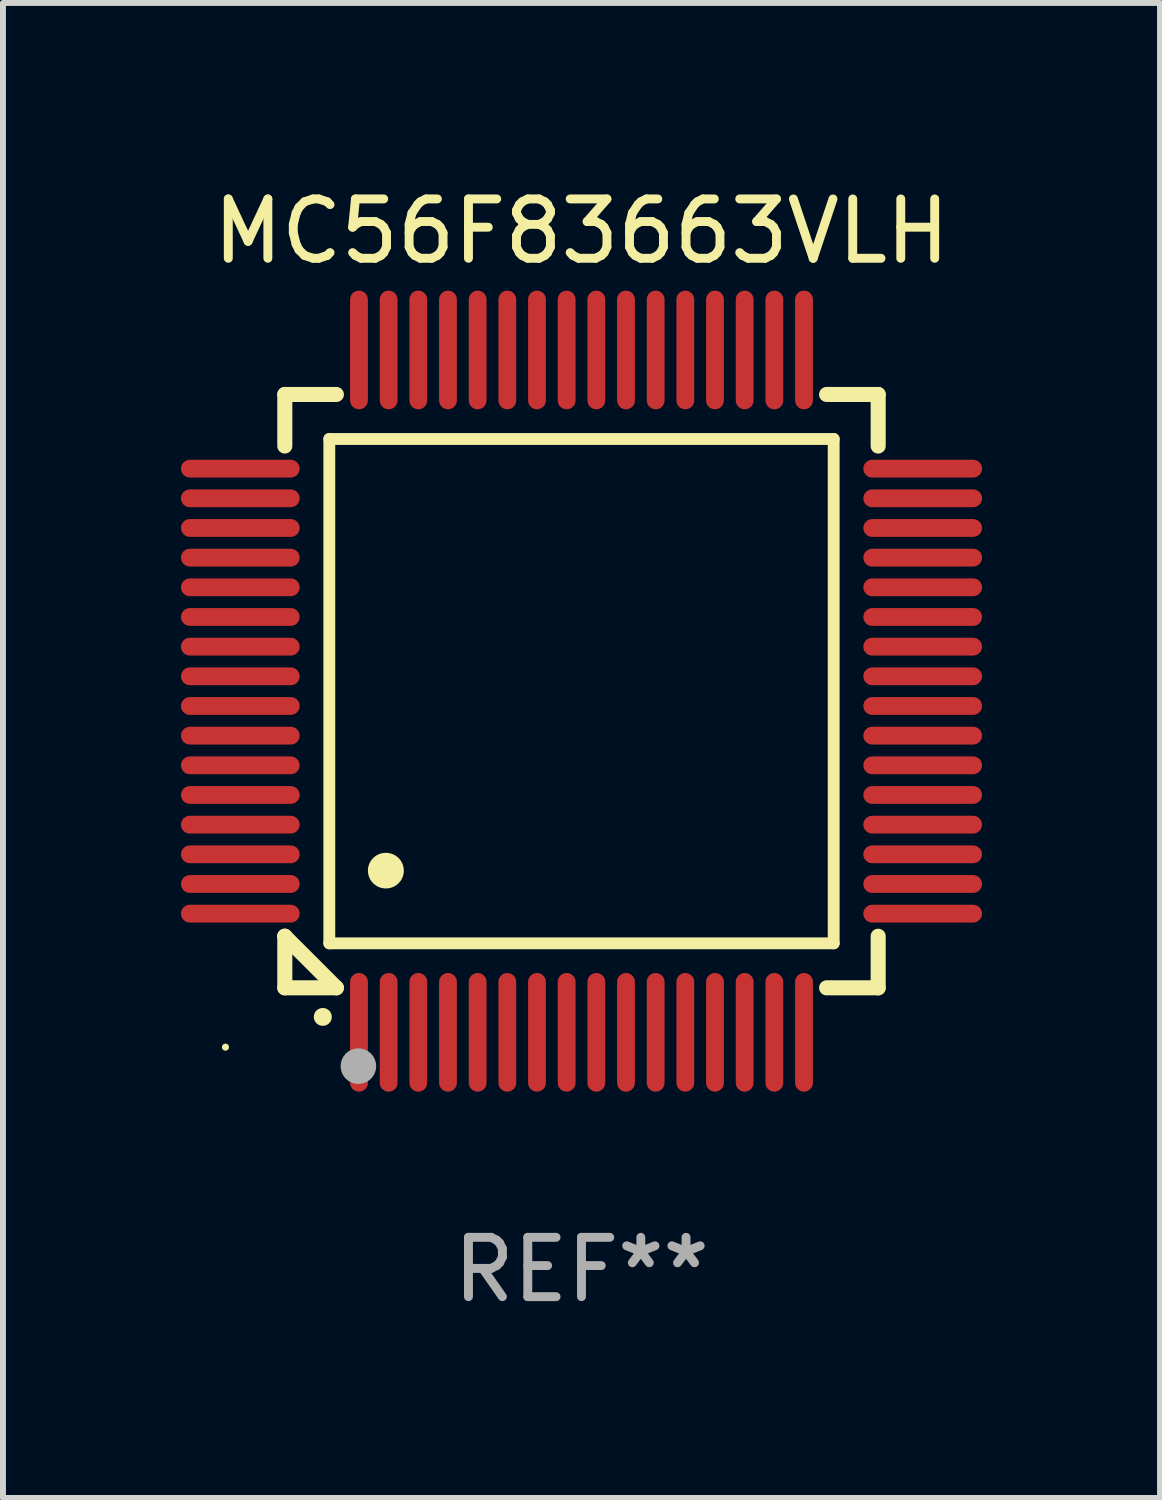
<source format=kicad_pcb>
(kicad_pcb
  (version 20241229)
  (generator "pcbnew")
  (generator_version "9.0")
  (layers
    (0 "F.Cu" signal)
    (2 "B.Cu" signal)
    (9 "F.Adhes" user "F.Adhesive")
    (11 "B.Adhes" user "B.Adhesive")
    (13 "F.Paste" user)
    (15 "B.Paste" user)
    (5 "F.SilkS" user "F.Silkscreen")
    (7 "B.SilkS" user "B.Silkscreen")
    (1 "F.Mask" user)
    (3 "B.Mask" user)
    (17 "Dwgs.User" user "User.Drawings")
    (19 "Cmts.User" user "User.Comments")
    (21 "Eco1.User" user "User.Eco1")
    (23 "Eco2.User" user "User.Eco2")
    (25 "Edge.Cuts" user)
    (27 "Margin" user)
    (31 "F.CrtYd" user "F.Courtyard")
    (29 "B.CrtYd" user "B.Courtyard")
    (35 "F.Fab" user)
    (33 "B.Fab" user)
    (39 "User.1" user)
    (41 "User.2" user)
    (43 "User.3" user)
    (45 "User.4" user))
  (footprint "MC56F83663VLH"
    (layer "F.Cu")
    (at 6.75 8.598)
    (property "Reference" "MC56F83663VLH" (at 0 -7.75 0) (layer "F.SilkS") (effects (font (size 1 1) (thickness 0.15))))
    (attr through_hole)
    (fp_line (start -5 -5) (end -4.131 -5) (stroke (width 0.254) (type solid)) (layer "F.SilkS"))
    (fp_line (start -5 -4.131) (end -5 -5) (stroke (width 0.254) (type solid)) (layer "F.SilkS"))
    (fp_line (start -5 4.131) (end -5 4.131) (stroke (width 0.254) (type solid)) (layer "F.SilkS"))
    (fp_line (start -5 5) (end -5 4.131) (stroke (width 0.254) (type solid)) (layer "F.SilkS"))
    (fp_line (start -5 4.131) (end -4.131 5) (stroke (width 0.254) (type solid)) (layer "F.SilkS"))
    (fp_line (start -4.25 -4.25) (end -4.25 4.25) (stroke (width 0.2) (type solid)) (layer "F.SilkS"))
    (fp_line (start -4.25 4.25) (end 4.25 4.25) (stroke (width 0.2) (type solid)) (layer "F.SilkS"))
    (fp_line (start -4.131 5) (end -5 5) (stroke (width 0.254) (type solid)) (layer "F.SilkS"))
    (fp_line (start 4.25 -4.25) (end -4.25 -4.25) (stroke (width 0.2) (type solid)) (layer "F.SilkS"))
    (fp_line (start 4.25 4.25) (end 4.25 -4.25) (stroke (width 0.2) (type solid)) (layer "F.SilkS"))
    (fp_line (start 5 -5) (end 4.131 -5) (stroke (width 0.254) (type solid)) (layer "F.SilkS"))
    (fp_line (start 5 -5) (end 5 -4.131) (stroke (width 0.254) (type solid)) (layer "F.SilkS"))
    (fp_line (start 5 4.131) (end 5 5) (stroke (width 0.254) (type solid)) (layer "F.SilkS"))
    (fp_line (start 5 5) (end 4.131 5) (stroke (width 0.254) (type solid)) (layer "F.SilkS"))
    (fp_arc (start -4.361265 5.489992) (mid -4.359995 5.489987) (end -4.358725 5.489992) (stroke (width 0.3) (type solid)) (layer "F.SilkS"))
    (fp_arc (start -3.299467 3.025146) (mid -3.296927 3.025135) (end -3.294387 3.025146) (stroke (width 0.6) (type solid)) (layer "F.SilkS"))
    (fp_circle (center -6 6) (end -5.97 6) (stroke (width 0.06) (type solid)) (fill no) (layer "F.SilkS"))
    (fp_circle (center -3.76 6.32) (end -3.61 6.32) (stroke (width 0.3) (type solid)) (fill no) (layer "F.Fab"))
    (fp_text user "REF**" (at 0 9.75 0) (layer "F.Fab") (effects (font (size 1 1) (thickness 0.15))))
    (pad "1" smd oval (at -3.75 5.75) (size 0.3 2) (layers "F.Cu" "F.Mask" "F.Paste"))
    (pad "2" smd oval (at -3.25 5.75) (size 0.3 2) (layers "F.Cu" "F.Mask" "F.Paste"))
    (pad "3" smd oval (at -2.75 5.75) (size 0.3 2) (layers "F.Cu" "F.Mask" "F.Paste"))
    (pad "4" smd oval (at -2.25 5.75) (size 0.3 2) (layers "F.Cu" "F.Mask" "F.Paste"))
    (pad "5" smd oval (at -1.75 5.75) (size 0.3 2) (layers "F.Cu" "F.Mask" "F.Paste"))
    (pad "6" smd oval (at -1.25 5.75) (size 0.3 2) (layers "F.Cu" "F.Mask" "F.Paste"))
    (pad "7" smd oval (at -0.75 5.75) (size 0.3 2) (layers "F.Cu" "F.Mask" "F.Paste"))
    (pad "8" smd oval (at -0.25 5.75) (size 0.3 2) (layers "F.Cu" "F.Mask" "F.Paste"))
    (pad "9" smd oval (at 0.25 5.75) (size 0.3 2) (layers "F.Cu" "F.Mask" "F.Paste"))
    (pad "10" smd oval (at 0.75 5.75) (size 0.3 2) (layers "F.Cu" "F.Mask" "F.Paste"))
    (pad "11" smd oval (at 1.25 5.75) (size 0.3 2) (layers "F.Cu" "F.Mask" "F.Paste"))
    (pad "12" smd oval (at 1.75 5.75) (size 0.3 2) (layers "F.Cu" "F.Mask" "F.Paste"))
    (pad "13" smd oval (at 2.25 5.75) (size 0.3 2) (layers "F.Cu" "F.Mask" "F.Paste"))
    (pad "14" smd oval (at 2.75 5.75) (size 0.3 2) (layers "F.Cu" "F.Mask" "F.Paste"))
    (pad "15" smd oval (at 3.25 5.75) (size 0.3 2) (layers "F.Cu" "F.Mask" "F.Paste"))
    (pad "16" smd oval (at 3.75 5.75) (size 0.3 2) (layers "F.Cu" "F.Mask" "F.Paste"))
    (pad "17" smd oval (at 5.75 3.75) (size 2 0.3) (layers "F.Cu" "F.Mask" "F.Paste"))
    (pad "18" smd oval (at 5.75 3.25) (size 2 0.3) (layers "F.Cu" "F.Mask" "F.Paste"))
    (pad "19" smd oval (at 5.75 2.75) (size 2 0.3) (layers "F.Cu" "F.Mask" "F.Paste"))
    (pad "20" smd oval (at 5.75 2.25) (size 2 0.3) (layers "F.Cu" "F.Mask" "F.Paste"))
    (pad "21" smd oval (at 5.75 1.75) (size 2 0.3) (layers "F.Cu" "F.Mask" "F.Paste"))
    (pad "22" smd oval (at 5.75 1.25) (size 2 0.3) (layers "F.Cu" "F.Mask" "F.Paste"))
    (pad "23" smd oval (at 5.75 0.75) (size 2 0.3) (layers "F.Cu" "F.Mask" "F.Paste"))
    (pad "24" smd oval (at 5.75 0.25) (size 2 0.3) (layers "F.Cu" "F.Mask" "F.Paste"))
    (pad "25" smd oval (at 5.75 -0.25) (size 2 0.3) (layers "F.Cu" "F.Mask" "F.Paste"))
    (pad "26" smd oval (at 5.75 -0.75) (size 2 0.3) (layers "F.Cu" "F.Mask" "F.Paste"))
    (pad "27" smd oval (at 5.75 -1.25) (size 2 0.3) (layers "F.Cu" "F.Mask" "F.Paste"))
    (pad "28" smd oval (at 5.75 -1.75) (size 2 0.3) (layers "F.Cu" "F.Mask" "F.Paste"))
    (pad "29" smd oval (at 5.75 -2.25) (size 2 0.3) (layers "F.Cu" "F.Mask" "F.Paste"))
    (pad "30" smd oval (at 5.75 -2.75) (size 2 0.3) (layers "F.Cu" "F.Mask" "F.Paste"))
    (pad "31" smd oval (at 5.75 -3.25) (size 2 0.3) (layers "F.Cu" "F.Mask" "F.Paste"))
    (pad "32" smd oval (at 5.75 -3.75) (size 2 0.3) (layers "F.Cu" "F.Mask" "F.Paste"))
    (pad "33" smd oval (at 3.75 -5.75) (size 0.3 2) (layers "F.Cu" "F.Mask" "F.Paste"))
    (pad "34" smd oval (at 3.25 -5.75) (size 0.3 2) (layers "F.Cu" "F.Mask" "F.Paste"))
    (pad "35" smd oval (at 2.75 -5.75) (size 0.3 2) (layers "F.Cu" "F.Mask" "F.Paste"))
    (pad "36" smd oval (at 2.25 -5.75) (size 0.3 2) (layers "F.Cu" "F.Mask" "F.Paste"))
    (pad "37" smd oval (at 1.75 -5.75) (size 0.3 2) (layers "F.Cu" "F.Mask" "F.Paste"))
    (pad "38" smd oval (at 1.25 -5.75) (size 0.3 2) (layers "F.Cu" "F.Mask" "F.Paste"))
    (pad "39" smd oval (at 0.75 -5.75) (size 0.3 2) (layers "F.Cu" "F.Mask" "F.Paste"))
    (pad "40" smd oval (at 0.25 -5.75) (size 0.3 2) (layers "F.Cu" "F.Mask" "F.Paste"))
    (pad "41" smd oval (at -0.25 -5.75) (size 0.3 2) (layers "F.Cu" "F.Mask" "F.Paste"))
    (pad "42" smd oval (at -0.75 -5.75) (size 0.3 2) (layers "F.Cu" "F.Mask" "F.Paste"))
    (pad "43" smd oval (at -1.25 -5.75) (size 0.3 2) (layers "F.Cu" "F.Mask" "F.Paste"))
    (pad "44" smd oval (at -1.75 -5.75) (size 0.3 2) (layers "F.Cu" "F.Mask" "F.Paste"))
    (pad "45" smd oval (at -2.25 -5.75) (size 0.3 2) (layers "F.Cu" "F.Mask" "F.Paste"))
    (pad "46" smd oval (at -2.75 -5.75) (size 0.3 2) (layers "F.Cu" "F.Mask" "F.Paste"))
    (pad "47" smd oval (at -3.25 -5.75) (size 0.3 2) (layers "F.Cu" "F.Mask" "F.Paste"))
    (pad "48" smd oval (at -3.75 -5.75) (size 0.3 2) (layers "F.Cu" "F.Mask" "F.Paste"))
    (pad "49" smd oval (at -5.75 -3.75) (size 2 0.3) (layers "F.Cu" "F.Mask" "F.Paste"))
    (pad "50" smd oval (at -5.75 -3.25) (size 2 0.3) (layers "F.Cu" "F.Mask" "F.Paste"))
    (pad "51" smd oval (at -5.75 -2.75) (size 2 0.3) (layers "F.Cu" "F.Mask" "F.Paste"))
    (pad "52" smd oval (at -5.75 -2.25) (size 2 0.3) (layers "F.Cu" "F.Mask" "F.Paste"))
    (pad "53" smd oval (at -5.75 -1.75) (size 2 0.3) (layers "F.Cu" "F.Mask" "F.Paste"))
    (pad "54" smd oval (at -5.75 -1.25) (size 2 0.3) (layers "F.Cu" "F.Mask" "F.Paste"))
    (pad "55" smd oval (at -5.75 -0.75) (size 2 0.3) (layers "F.Cu" "F.Mask" "F.Paste"))
    (pad "56" smd oval (at -5.75 -0.25) (size 2 0.3) (layers "F.Cu" "F.Mask" "F.Paste"))
    (pad "57" smd oval (at -5.75 0.25) (size 2 0.3) (layers "F.Cu" "F.Mask" "F.Paste"))
    (pad "58" smd oval (at -5.75 0.75) (size 2 0.3) (layers "F.Cu" "F.Mask" "F.Paste"))
    (pad "59" smd oval (at -5.75 1.25) (size 2 0.3) (layers "F.Cu" "F.Mask" "F.Paste"))
    (pad "60" smd oval (at -5.75 1.75) (size 2 0.3) (layers "F.Cu" "F.Mask" "F.Paste"))
    (pad "61" smd oval (at -5.75 2.25) (size 2 0.3) (layers "F.Cu" "F.Mask" "F.Paste"))
    (pad "62" smd oval (at -5.75 2.75) (size 2 0.3) (layers "F.Cu" "F.Mask" "F.Paste"))
    (pad "63" smd oval (at -5.75 3.25) (size 2 0.3) (layers "F.Cu" "F.Mask" "F.Paste"))
    (pad "64" smd oval (at -5.75 3.75) (size 2 0.3) (layers "F.Cu" "F.Mask" "F.Paste")))
  (gr_rect
    (start -3 -3)
    (end 16.5 22.196)
    (stroke (width 0.1) (type default))
    (fill no)
    (layer "Edge.Cuts")))
</source>
